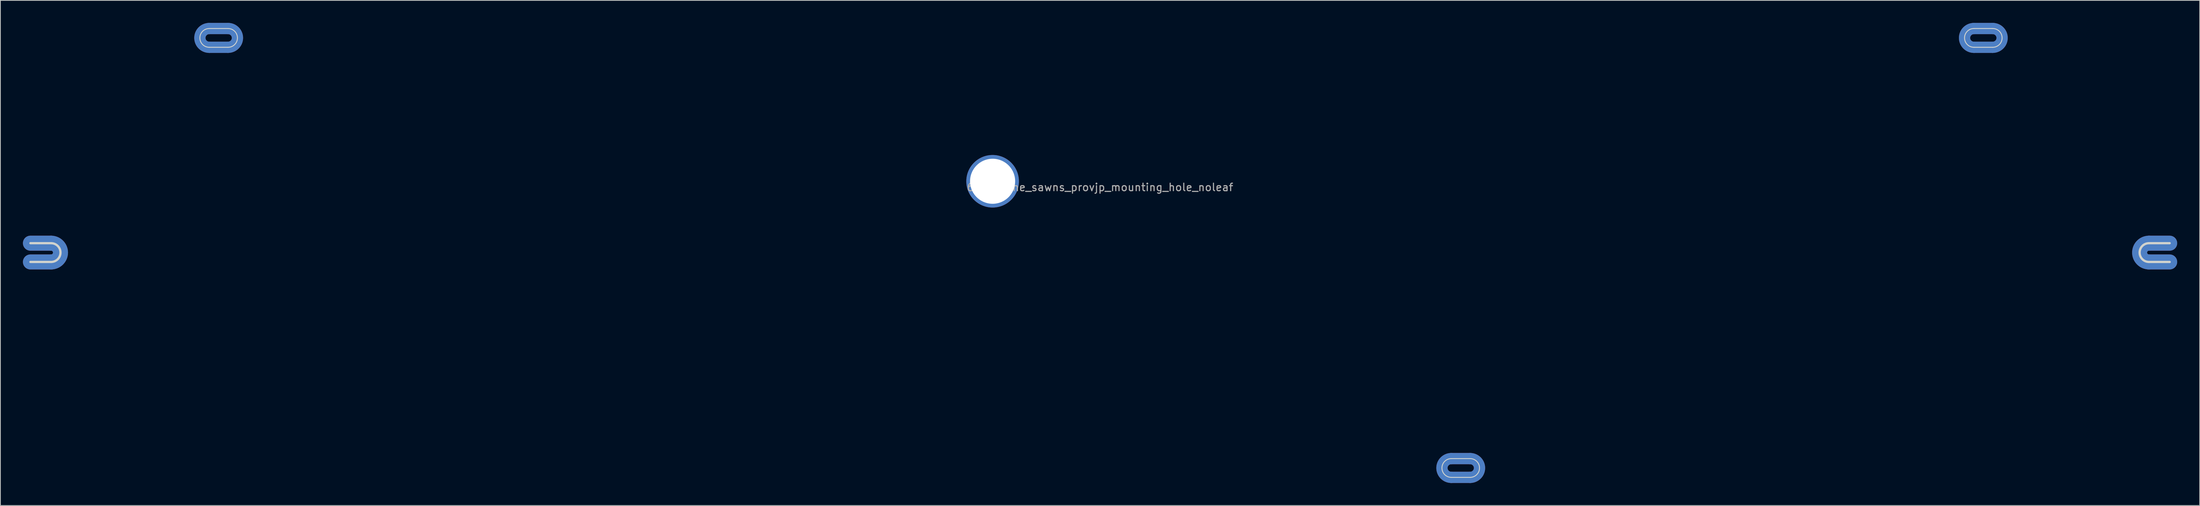
<source format=kicad_pcb>
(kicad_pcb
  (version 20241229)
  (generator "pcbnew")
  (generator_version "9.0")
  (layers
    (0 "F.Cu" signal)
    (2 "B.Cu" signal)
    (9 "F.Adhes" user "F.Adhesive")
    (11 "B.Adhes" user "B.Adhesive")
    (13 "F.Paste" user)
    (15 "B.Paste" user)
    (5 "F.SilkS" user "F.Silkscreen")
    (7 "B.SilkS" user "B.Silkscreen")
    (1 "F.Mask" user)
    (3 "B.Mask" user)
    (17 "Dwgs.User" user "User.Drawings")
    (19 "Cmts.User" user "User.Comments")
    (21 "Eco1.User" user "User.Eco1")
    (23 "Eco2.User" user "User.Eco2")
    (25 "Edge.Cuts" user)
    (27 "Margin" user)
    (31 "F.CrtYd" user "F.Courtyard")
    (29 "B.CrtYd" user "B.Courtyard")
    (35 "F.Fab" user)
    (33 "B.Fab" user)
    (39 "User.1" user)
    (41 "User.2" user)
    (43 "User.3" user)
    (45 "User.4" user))
  (footprint "60_outline_sawns_provjp_mounting_hole_noleaf"
    (layer "F.Cu")
    (at 143.35 21.4)
    (property "Reference" "60_outline_sawns_provjp_mounting_hole_noleaf" (at 0 0.5 0) (layer "F.Fab") (effects (font (size 1 1) (thickness 0.15))))
    (attr through_hole)
    (fp_line (start -142.35 10.45) (end -139.6 10.45) (stroke (width 2) (type solid)) (layer "F.Cu"))
    (fp_line (start -139.6 7.95) (end -142.35 7.95) (stroke (width 2) (type solid)) (layer "F.Cu"))
    (fp_line (start -118.55 -18.15) (end -116.05 -18.15) (stroke (width 1.5) (type solid)) (layer "F.Cu"))
    (fp_line (start -116.05 -20.65) (end -118.55 -20.65) (stroke (width 1.5) (type solid)) (layer "F.Cu"))
    (fp_line (start 46.75 39.15) (end 49.25 39.15) (stroke (width 1.5) (type solid)) (layer "F.Cu"))
    (fp_line (start 49.25 36.65) (end 46.75 36.65) (stroke (width 1.5) (type solid)) (layer "F.Cu"))
    (fp_line (start 116.3 -18.15) (end 118.8 -18.15) (stroke (width 1.5) (type solid)) (layer "F.Cu"))
    (fp_line (start 118.8 -20.65) (end 116.3 -20.65) (stroke (width 1.5) (type solid)) (layer "F.Cu"))
    (fp_line (start 139.6 10.45) (end 142.35 10.45) (stroke (width 2) (type solid)) (layer "F.Cu"))
    (fp_line (start 142.35 7.95) (end 139.6 7.95) (stroke (width 2) (type solid)) (layer "F.Cu"))
    (fp_arc (start -139.6 7.95) (mid -138.35 9.2) (end -139.6 10.45) (stroke (width 2) (type solid)) (layer "F.Cu"))
    (fp_arc (start -118.55 -18.15) (mid -119.8 -19.4) (end -118.55 -20.65) (stroke (width 1.5) (type solid)) (layer "F.Cu"))
    (fp_arc (start -116.05 -20.65) (mid -114.8 -19.4) (end -116.05 -18.15) (stroke (width 1.5) (type solid)) (layer "F.Cu"))
    (fp_arc (start 46.75 39.15) (mid 45.5 37.9) (end 46.75 36.65) (stroke (width 1.5) (type solid)) (layer "F.Cu"))
    (fp_arc (start 49.25 36.65) (mid 50.5 37.9) (end 49.25 39.15) (stroke (width 1.5) (type solid)) (layer "F.Cu"))
    (fp_arc (start 116.3 -18.15) (mid 115.05 -19.4) (end 116.3 -20.65) (stroke (width 1.5) (type solid)) (layer "F.Cu"))
    (fp_arc (start 118.8 -20.65) (mid 120.05 -19.4) (end 118.8 -18.15) (stroke (width 1.5) (type solid)) (layer "F.Cu"))
    (fp_arc (start 139.6 10.45) (mid 138.35 9.2) (end 139.6 7.95) (stroke (width 2) (type solid)) (layer "F.Cu"))
    (fp_line (start -142.35 10.45) (end -139.6 10.45) (stroke (width 2) (type solid)) (layer "F.Mask"))
    (fp_line (start -139.6 7.95) (end -142.35 7.95) (stroke (width 2) (type solid)) (layer "F.Mask"))
    (fp_line (start -118.55 -18.15) (end -116.05 -18.15) (stroke (width 1.5) (type solid)) (layer "F.Mask"))
    (fp_line (start -116.05 -20.65) (end -118.55 -20.65) (stroke (width 1.5) (type solid)) (layer "F.Mask"))
    (fp_line (start 46.75 39.15) (end 49.25 39.15) (stroke (width 1.5) (type solid)) (layer "F.Mask"))
    (fp_line (start 49.25 36.65) (end 46.75 36.65) (stroke (width 1.5) (type solid)) (layer "F.Mask"))
    (fp_line (start 116.3 -18.15) (end 118.8 -18.15) (stroke (width 1.5) (type solid)) (layer "F.Mask"))
    (fp_line (start 118.8 -20.65) (end 116.3 -20.65) (stroke (width 1.5) (type solid)) (layer "F.Mask"))
    (fp_line (start 139.6 10.45) (end 142.35 10.45) (stroke (width 2) (type solid)) (layer "F.Mask"))
    (fp_line (start 142.35 7.95) (end 139.6 7.95) (stroke (width 2) (type solid)) (layer "F.Mask"))
    (fp_arc (start -139.6 7.95) (mid -138.35 9.2) (end -139.6 10.45) (stroke (width 2) (type solid)) (layer "F.Mask"))
    (fp_arc (start -118.55 -18.15) (mid -119.8 -19.4) (end -118.55 -20.65) (stroke (width 1.5) (type solid)) (layer "F.Mask"))
    (fp_arc (start -116.05 -20.65) (mid -114.8 -19.4) (end -116.05 -18.15) (stroke (width 1.5) (type solid)) (layer "F.Mask"))
    (fp_arc (start 46.75 39.15) (mid 45.5 37.9) (end 46.75 36.65) (stroke (width 1.5) (type solid)) (layer "F.Mask"))
    (fp_arc (start 49.25 36.65) (mid 50.5 37.9) (end 49.25 39.15) (stroke (width 1.5) (type solid)) (layer "F.Mask"))
    (fp_arc (start 116.3 -18.15) (mid 115.05 -19.4) (end 116.3 -20.65) (stroke (width 1.5) (type solid)) (layer "F.Mask"))
    (fp_arc (start 118.8 -20.65) (mid 120.05 -19.4) (end 118.8 -18.15) (stroke (width 1.5) (type solid)) (layer "F.Mask"))
    (fp_arc (start 139.6 10.45) (mid 138.35 9.2) (end 139.6 7.95) (stroke (width 2) (type solid)) (layer "F.Mask"))
    (fp_line (start -142.35 10.45) (end -139.6 10.45) (stroke (width 2) (type solid)) (layer "B.Cu"))
    (fp_line (start -139.6 7.95) (end -142.35 7.95) (stroke (width 2) (type solid)) (layer "B.Cu"))
    (fp_line (start -118.55 -18.15) (end -116.05 -18.15) (stroke (width 1.5) (type solid)) (layer "B.Cu"))
    (fp_line (start -116.05 -20.65) (end -118.55 -20.65) (stroke (width 1.5) (type solid)) (layer "B.Cu"))
    (fp_line (start 46.75 39.15) (end 49.25 39.15) (stroke (width 1.5) (type solid)) (layer "B.Cu"))
    (fp_line (start 49.25 36.65) (end 46.75 36.65) (stroke (width 1.5) (type solid)) (layer "B.Cu"))
    (fp_line (start 116.3 -18.15) (end 118.8 -18.15) (stroke (width 1.5) (type solid)) (layer "B.Cu"))
    (fp_line (start 118.8 -20.65) (end 116.3 -20.65) (stroke (width 1.5) (type solid)) (layer "B.Cu"))
    (fp_line (start 139.6 10.45) (end 142.35 10.45) (stroke (width 2) (type solid)) (layer "B.Cu"))
    (fp_line (start 142.35 7.95) (end 139.6 7.95) (stroke (width 2) (type solid)) (layer "B.Cu"))
    (fp_arc (start -139.6 7.95) (mid -138.35 9.2) (end -139.6 10.45) (stroke (width 2) (type solid)) (layer "B.Cu"))
    (fp_arc (start -118.55 -18.15) (mid -119.8 -19.4) (end -118.55 -20.65) (stroke (width 1.5) (type solid)) (layer "B.Cu"))
    (fp_arc (start -116.05 -20.65) (mid -114.8 -19.4) (end -116.05 -18.15) (stroke (width 1.5) (type solid)) (layer "B.Cu"))
    (fp_arc (start 46.75 39.15) (mid 45.5 37.9) (end 46.75 36.65) (stroke (width 1.5) (type solid)) (layer "B.Cu"))
    (fp_arc (start 49.25 36.65) (mid 50.5 37.9) (end 49.25 39.15) (stroke (width 1.5) (type solid)) (layer "B.Cu"))
    (fp_arc (start 116.3 -18.15) (mid 115.05 -19.4) (end 116.3 -20.65) (stroke (width 1.5) (type solid)) (layer "B.Cu"))
    (fp_arc (start 118.8 -20.65) (mid 120.05 -19.4) (end 118.8 -18.15) (stroke (width 1.5) (type solid)) (layer "B.Cu"))
    (fp_arc (start 139.6 10.45) (mid 138.35 9.2) (end 139.6 7.95) (stroke (width 2) (type solid)) (layer "B.Cu"))
    (fp_line (start -142.35 10.45) (end -139.6 10.45) (stroke (width 2) (type solid)) (layer "B.Mask"))
    (fp_line (start -139.6 7.95) (end -142.35 7.95) (stroke (width 2) (type solid)) (layer "B.Mask"))
    (fp_line (start -118.55 -18.15) (end -116.05 -18.15) (stroke (width 1.5) (type solid)) (layer "B.Mask"))
    (fp_line (start -116.05 -20.65) (end -118.55 -20.65) (stroke (width 1.5) (type solid)) (layer "B.Mask"))
    (fp_line (start 46.75 39.15) (end 49.25 39.15) (stroke (width 1.5) (type solid)) (layer "B.Mask"))
    (fp_line (start 49.25 36.65) (end 46.75 36.65) (stroke (width 1.5) (type solid)) (layer "B.Mask"))
    (fp_line (start 116.3 -18.15) (end 118.8 -18.15) (stroke (width 1.5) (type solid)) (layer "B.Mask"))
    (fp_line (start 118.8 -20.65) (end 116.3 -20.65) (stroke (width 1.5) (type solid)) (layer "B.Mask"))
    (fp_line (start 139.6 10.45) (end 142.35 10.45) (stroke (width 2) (type solid)) (layer "B.Mask"))
    (fp_line (start 142.35 7.95) (end 139.6 7.95) (stroke (width 2) (type solid)) (layer "B.Mask"))
    (fp_arc (start -139.6 7.95) (mid -138.35 9.2) (end -139.6 10.45) (stroke (width 2) (type solid)) (layer "B.Mask"))
    (fp_arc (start -118.55 -18.15) (mid -119.8 -19.4) (end -118.55 -20.65) (stroke (width 1.5) (type solid)) (layer "B.Mask"))
    (fp_arc (start -116.05 -20.65) (mid -114.8 -19.4) (end -116.05 -18.15) (stroke (width 1.5) (type solid)) (layer "B.Mask"))
    (fp_arc (start 46.75 39.15) (mid 45.5 37.9) (end 46.75 36.65) (stroke (width 1.5) (type solid)) (layer "B.Mask"))
    (fp_arc (start 49.25 36.65) (mid 50.5 37.9) (end 49.25 39.15) (stroke (width 1.5) (type solid)) (layer "B.Mask"))
    (fp_arc (start 116.3 -18.15) (mid 115.05 -19.4) (end 116.3 -20.65) (stroke (width 1.5) (type solid)) (layer "B.Mask"))
    (fp_arc (start 118.8 -20.65) (mid 120.05 -19.4) (end 118.8 -18.15) (stroke (width 1.5) (type solid)) (layer "B.Mask"))
    (fp_arc (start 139.6 10.45) (mid 138.35 9.2) (end 139.6 7.95) (stroke (width 2) (type solid)) (layer "B.Mask"))
    (fp_line (start -142.35 10.45) (end -139.6 10.45) (stroke (width 0.3) (type solid)) (layer "Edge.Cuts"))
    (fp_line (start -139.6 7.95) (end -142.35 7.95) (stroke (width 0.3) (type solid)) (layer "Edge.Cuts"))
    (fp_line (start -118.55 -18.15) (end -116.05 -18.15) (stroke (width 0.12) (type solid)) (layer "Edge.Cuts"))
    (fp_line (start -116.05 -20.65) (end -118.55 -20.65) (stroke (width 0.12) (type solid)) (layer "Edge.Cuts"))
    (fp_line (start 46.75 39.15) (end 49.25 39.15) (stroke (width 0.12) (type solid)) (layer "Edge.Cuts"))
    (fp_line (start 49.25 36.65) (end 46.75 36.65) (stroke (width 0.12) (type solid)) (layer "Edge.Cuts"))
    (fp_line (start 116.3 -18.15) (end 118.8 -18.15) (stroke (width 0.12) (type solid)) (layer "Edge.Cuts"))
    (fp_line (start 118.8 -20.65) (end 116.3 -20.65) (stroke (width 0.12) (type solid)) (layer "Edge.Cuts"))
    (fp_line (start 139.6 10.45) (end 142.35 10.45) (stroke (width 0.3) (type solid)) (layer "Edge.Cuts"))
    (fp_line (start 142.35 7.95) (end 139.6 7.95) (stroke (width 0.3) (type solid)) (layer "Edge.Cuts"))
    (fp_arc (start -139.6 7.95) (mid -138.35 9.2) (end -139.6 10.45) (stroke (width 0.3) (type solid)) (layer "Edge.Cuts"))
    (fp_arc (start -118.55 -18.15) (mid -119.8 -19.4) (end -118.55 -20.65) (stroke (width 0.12) (type solid)) (layer "Edge.Cuts"))
    (fp_arc (start -116.05 -20.65) (mid -114.8 -19.4) (end -116.05 -18.15) (stroke (width 0.12) (type solid)) (layer "Edge.Cuts"))
    (fp_arc (start 46.75 39.15) (mid 45.5 37.9) (end 46.75 36.65) (stroke (width 0.12) (type solid)) (layer "Edge.Cuts"))
    (fp_arc (start 49.25 36.65) (mid 50.5 37.9) (end 49.25 39.15) (stroke (width 0.12) (type solid)) (layer "Edge.Cuts"))
    (fp_arc (start 116.3 -18.15) (mid 115.05 -19.4) (end 116.3 -20.65) (stroke (width 0.12) (type solid)) (layer "Edge.Cuts"))
    (fp_arc (start 118.8 -20.65) (mid 120.05 -19.4) (end 118.8 -18.15) (stroke (width 0.12) (type solid)) (layer "Edge.Cuts"))
    (fp_arc (start 139.6 10.45) (mid 138.35 9.2) (end 139.6 7.95) (stroke (width 0.3) (type solid)) (layer "Edge.Cuts"))
    (pad "1" thru_hole circle (at -14.3 -0.3) (size 7 7) (drill 6) (layers "*.Cu" "*.Mask")))
  (gr_rect
    (start -3 -3)
    (end 289.7 64.3)
    (stroke (width 0.1) (type default))
    (fill no)
    (layer "Edge.Cuts")))
</source>
